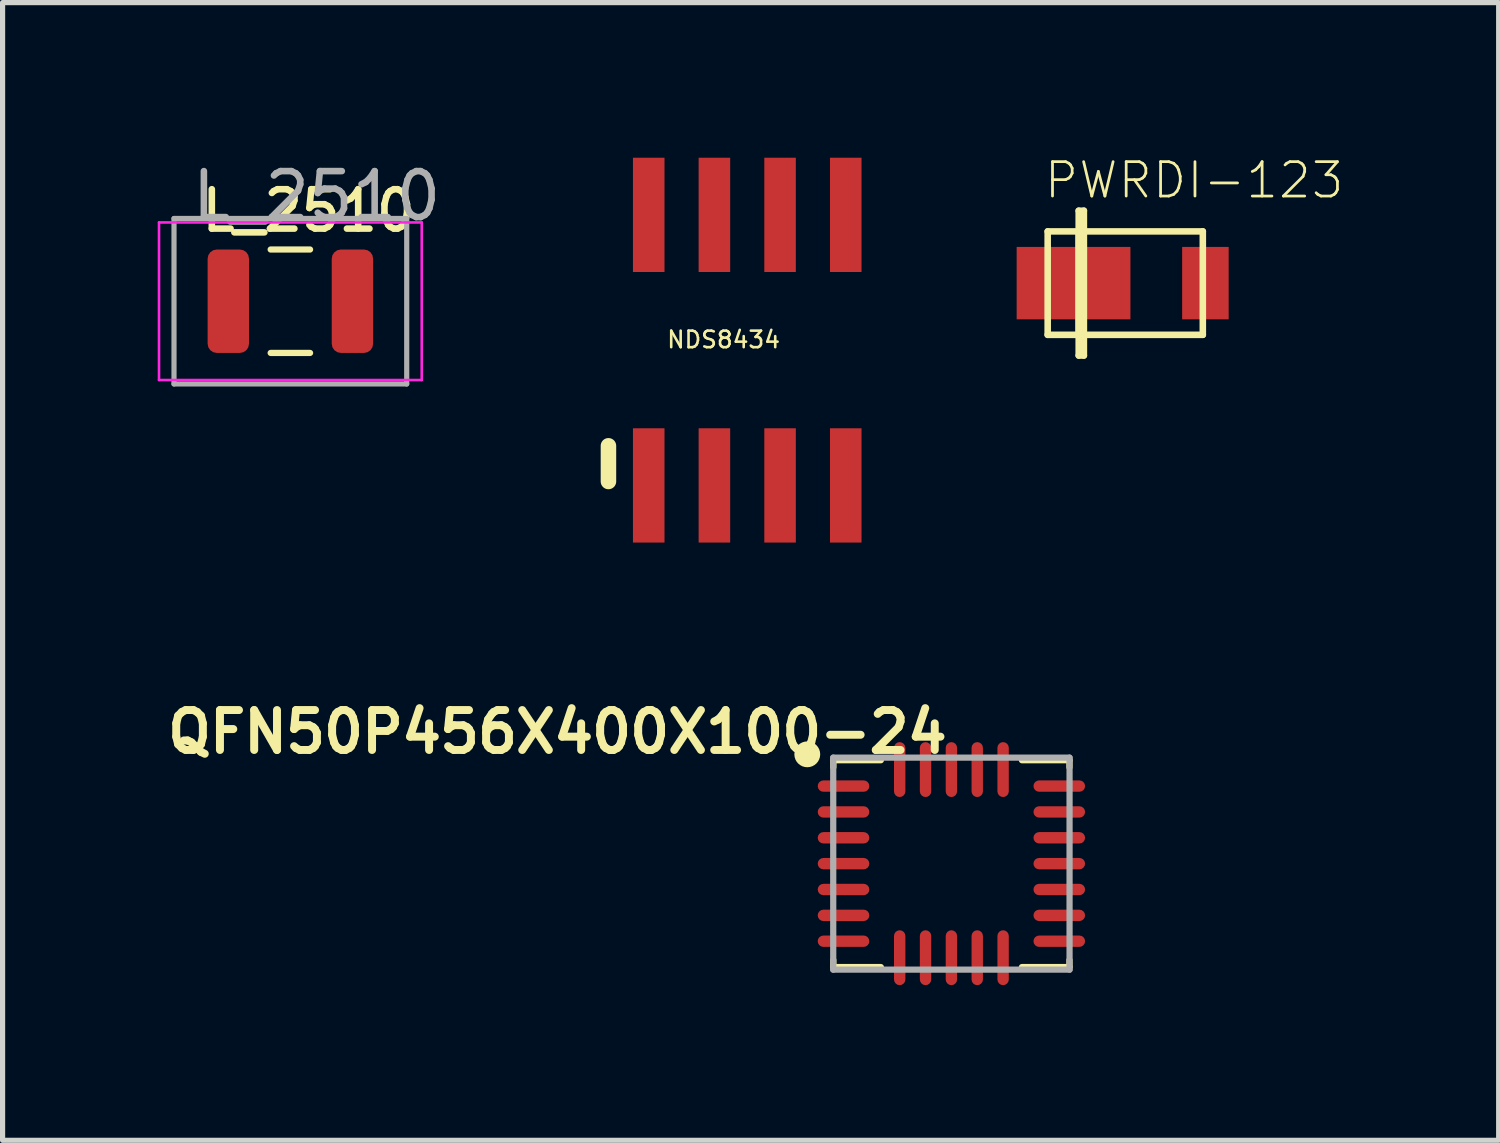
<source format=kicad_pcb>
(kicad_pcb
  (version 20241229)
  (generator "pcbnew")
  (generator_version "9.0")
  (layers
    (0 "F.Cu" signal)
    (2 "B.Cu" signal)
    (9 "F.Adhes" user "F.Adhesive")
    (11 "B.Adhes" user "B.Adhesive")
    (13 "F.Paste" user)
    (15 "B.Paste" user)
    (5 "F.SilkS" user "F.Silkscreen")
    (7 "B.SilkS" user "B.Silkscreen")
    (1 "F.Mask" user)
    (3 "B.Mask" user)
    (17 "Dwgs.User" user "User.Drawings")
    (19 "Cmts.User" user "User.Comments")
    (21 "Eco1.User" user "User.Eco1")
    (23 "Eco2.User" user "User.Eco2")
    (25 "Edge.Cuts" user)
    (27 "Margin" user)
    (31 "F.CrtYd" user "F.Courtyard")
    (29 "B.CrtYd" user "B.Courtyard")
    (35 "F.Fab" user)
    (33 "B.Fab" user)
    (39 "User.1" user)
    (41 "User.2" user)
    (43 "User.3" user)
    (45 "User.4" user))
  (footprint "QFN50P456X400X100-24"
    (layer "F.Cu")
    (at 15.348 13.651)
    (property "Reference" "QFN50P456X400X100-24" (at 0 -2.999 180) (layer "F.SilkS") (effects (font (size 0.772 0.772) (thickness 0.154)) (justify right top)))
    (attr through_hole)
    (fp_line (start -2.283 -2) (end -1.364 -2) (stroke (width 0.12) (type solid)) (layer "F.SilkS"))
    (fp_line (start -2.283 -1.864) (end -2.283 -2) (stroke (width 0.12) (type solid)) (layer "F.SilkS"))
    (fp_line (start -2.283 1.864) (end -2.283 2) (stroke (width 0.12) (type solid)) (layer "F.SilkS"))
    (fp_line (start -2.283 2) (end -1.364 2) (stroke (width 0.12) (type solid)) (layer "F.SilkS"))
    (fp_line (start 2.283 -2) (end 1.364 -2) (stroke (width 0.12) (type solid)) (layer "F.SilkS"))
    (fp_line (start 2.283 -1.864) (end 2.283 -2) (stroke (width 0.12) (type solid)) (layer "F.SilkS"))
    (fp_line (start 2.283 1.864) (end 2.283 2) (stroke (width 0.12) (type solid)) (layer "F.SilkS"))
    (fp_line (start 2.283 2) (end 1.364 2) (stroke (width 0.12) (type solid)) (layer "F.SilkS"))
    (fp_circle (center -2.787 -2.114) (end -2.662 -2.114) (stroke (width 0.25) (type solid)) (fill no) (layer "F.SilkS"))
    (fp_line (start -2.285 -2.05) (end 2.285 -2.05) (stroke (width 0.12) (type solid)) (layer "F.Fab"))
    (fp_line (start -2.285 2.05) (end -2.285 -2.05) (stroke (width 0.12) (type solid)) (layer "F.Fab"))
    (fp_line (start 2.285 -2.05) (end 2.285 2.05) (stroke (width 0.12) (type solid)) (layer "F.Fab"))
    (fp_line (start 2.285 2.05) (end -2.285 2.05) (stroke (width 0.12) (type solid)) (layer "F.Fab"))
    (pad "1" smd roundrect (at -2.086 -1.5) (size 0.998 0.22) (layers "F.Cu" "F.Mask" "F.Paste") (roundrect_rratio 0.5))
    (pad "2" smd roundrect (at -2.086 -1) (size 0.998 0.22) (layers "F.Cu" "F.Mask" "F.Paste") (roundrect_rratio 0.5))
    (pad "3" smd roundrect (at -2.086 -0.5) (size 0.998 0.22) (layers "F.Cu" "F.Mask" "F.Paste") (roundrect_rratio 0.5))
    (pad "4" smd roundrect (at -2.086 0) (size 0.998 0.22) (layers "F.Cu" "F.Mask" "F.Paste") (roundrect_rratio 0.5))
    (pad "5" smd roundrect (at -2.086 0.5) (size 0.998 0.22) (layers "F.Cu" "F.Mask" "F.Paste") (roundrect_rratio 0.5))
    (pad "6" smd roundrect (at -2.086 1) (size 0.998 0.22) (layers "F.Cu" "F.Mask" "F.Paste") (roundrect_rratio 0.5))
    (pad "7" smd roundrect (at -2.086 1.5) (size 0.998 0.22) (layers "F.Cu" "F.Mask" "F.Paste") (roundrect_rratio 0.5))
    (pad "8" smd roundrect (at -1 1.819 90) (size 1.062 0.22) (layers "F.Cu" "F.Mask" "F.Paste") (roundrect_rratio 0.5))
    (pad "9" smd roundrect (at -0.5 1.819 90) (size 1.062 0.22) (layers "F.Cu" "F.Mask" "F.Paste") (roundrect_rratio 0.5))
    (pad "10" smd roundrect (at 0 1.819 90) (size 1.062 0.22) (layers "F.Cu" "F.Mask" "F.Paste") (roundrect_rratio 0.5))
    (pad "11" smd roundrect (at 0.5 1.819 90) (size 1.062 0.22) (layers "F.Cu" "F.Mask" "F.Paste") (roundrect_rratio 0.5))
    (pad "12" smd roundrect (at 1 1.819 90) (size 1.062 0.22) (layers "F.Cu" "F.Mask" "F.Paste") (roundrect_rratio 0.5))
    (pad "13" smd roundrect (at 2.086 1.5) (size 0.998 0.22) (layers "F.Cu" "F.Mask" "F.Paste") (roundrect_rratio 0.5))
    (pad "14" smd roundrect (at 2.086 1) (size 0.998 0.22) (layers "F.Cu" "F.Mask" "F.Paste") (roundrect_rratio 0.5))
    (pad "15" smd roundrect (at 2.086 0.5) (size 0.998 0.22) (layers "F.Cu" "F.Mask" "F.Paste") (roundrect_rratio 0.5))
    (pad "16" smd roundrect (at 2.086 0) (size 0.998 0.22) (layers "F.Cu" "F.Mask" "F.Paste") (roundrect_rratio 0.5))
    (pad "17" smd roundrect (at 2.086 -0.5) (size 0.998 0.22) (layers "F.Cu" "F.Mask" "F.Paste") (roundrect_rratio 0.5))
    (pad "18" smd roundrect (at 2.086 -1) (size 0.998 0.22) (layers "F.Cu" "F.Mask" "F.Paste") (roundrect_rratio 0.5))
    (pad "19" smd roundrect (at 2.086 -1.5) (size 0.998 0.22) (layers "F.Cu" "F.Mask" "F.Paste") (roundrect_rratio 0.5))
    (pad "20" smd roundrect (at 1 -1.819 90) (size 1.062 0.22) (layers "F.Cu" "F.Mask" "F.Paste") (roundrect_rratio 0.5))
    (pad "21" smd roundrect (at 0.5 -1.819 90) (size 1.062 0.22) (layers "F.Cu" "F.Mask" "F.Paste") (roundrect_rratio 0.5))
    (pad "22" smd roundrect (at 0 -1.819 90) (size 1.062 0.22) (layers "F.Cu" "F.Mask" "F.Paste") (roundrect_rratio 0.5))
    (pad "23" smd roundrect (at -0.5 -1.819 90) (size 1.062 0.22) (layers "F.Cu" "F.Mask" "F.Paste") (roundrect_rratio 0.5))
    (pad "24" smd roundrect (at -1 -1.819 90) (size 1.062 0.22) (layers "F.Cu" "F.Mask" "F.Paste") (roundrect_rratio 0.5)))
  (footprint "NDS8434"
    (layer "F.Cu")
    (at 11.4 3.721)
    (property "Reference" "NDS8434" (at -0.457 -0.203 0) (layer "F.SilkS") (effects (font (size 0.32 0.32) (thickness 0.05))))
    (attr smd)
    (fp_line (start -2.684 1.85) (end -2.684 2.54) (stroke (width 0.3) (type solid)) (layer "F.SilkS"))
    (fp_poly (pts (xy -2.087 1.854) (xy -1.727 1.854) (xy -1.727 2.876) (xy -2.087 2.876)) (stroke (width 0.1) (type solid)) (fill no) (layer "Eco2.User"))
    (fp_poly (pts (xy -2.084 -2.87) (xy -1.727 -2.87) (xy -1.727 -1.855) (xy -2.084 -1.855)) (stroke (width 0.1) (type solid)) (fill no) (layer "Eco2.User"))
    (fp_poly (pts (xy -0.813 -2.87) (xy -0.457 -2.87) (xy -0.457 -1.855) (xy -0.813 -1.855)) (stroke (width 0.1) (type solid)) (fill no) (layer "Eco2.User"))
    (fp_poly (pts (xy -0.813 1.854) (xy -0.457 1.854) (xy -0.457 2.872) (xy -0.813 2.872)) (stroke (width 0.1) (type solid)) (fill no) (layer "Eco2.User"))
    (fp_poly (pts (xy 0.457 -2.87) (xy 0.813 -2.87) (xy 0.813 -1.855) (xy 0.457 -1.855)) (stroke (width 0.1) (type solid)) (fill no) (layer "Eco2.User"))
    (fp_poly (pts (xy 0.458 1.854) (xy 0.813 1.854) (xy 0.813 2.872) (xy 0.458 2.872)) (stroke (width 0.1) (type solid)) (fill no) (layer "Eco2.User"))
    (fp_poly (pts (xy 1.728 1.854) (xy 2.083 1.854) (xy 2.083 2.871) (xy 1.728 2.871)) (stroke (width 0.1) (type solid)) (fill no) (layer "Eco2.User"))
    (fp_poly (pts (xy 1.73 -2.87) (xy 2.083 -2.87) (xy 2.083 -1.857) (xy 1.73 -1.857)) (stroke (width 0.1) (type solid)) (fill no) (layer "Eco2.User"))
    (pad "1" smd rect (at -1.905 2.616) (size 0.61 2.21) (layers "F.Cu" "F.Mask" "F.Paste"))
    (pad "2" smd rect (at -0.635 2.616) (size 0.61 2.21) (layers "F.Cu" "F.Mask" "F.Paste"))
    (pad "3" smd rect (at 0.635 2.616) (size 0.61 2.21) (layers "F.Cu" "F.Mask" "F.Paste"))
    (pad "4" smd rect (at 1.905 2.616) (size 0.61 2.21) (layers "F.Cu" "F.Mask" "F.Paste"))
    (pad "5" smd rect (at 1.905 -2.616) (size 0.61 2.21) (layers "F.Cu" "F.Mask" "F.Paste"))
    (pad "6" smd rect (at 0.635 -2.616) (size 0.61 2.21) (layers "F.Cu" "F.Mask" "F.Paste"))
    (pad "7" smd rect (at -0.635 -2.616) (size 0.61 2.21) (layers "F.Cu" "F.Mask" "F.Paste"))
    (pad "8" smd rect (at -1.905 -2.616) (size 0.61 2.21) (layers "F.Cu" "F.Mask" "F.Paste")))
  (footprint "L_2510"
    (layer "F.Cu")
    (at 2.565 2.775)
    (property "Reference" "L_2510" (at 0.35 -1.75 180) (layer "F.SilkS") (effects (font (size 0.762 0.762) (thickness 0.127))))
    (attr smd)
    (fp_line (start -0.381 -1) (end 0.381 -1) (stroke (width 0.12) (type solid)) (layer "F.SilkS"))
    (fp_line (start -0.381 1) (end 0.381 1) (stroke (width 0.12) (type solid)) (layer "F.SilkS"))
    (fp_line (start -2.54 -1.524) (end 2.54 -1.524) (stroke (width 0.05) (type solid)) (layer "F.CrtYd"))
    (fp_line (start -2.54 1.524) (end -2.54 -1.524) (stroke (width 0.05) (type solid)) (layer "F.CrtYd"))
    (fp_line (start 2.54 1.524) (end -2.54 1.524) (stroke (width 0.05) (type solid)) (layer "F.CrtYd"))
    (fp_line (start 2.54 1.524) (end 2.54 -1.524) (stroke (width 0.05) (type solid)) (layer "F.CrtYd"))
    (fp_line (start -2.25 -1.6) (end 2.25 -1.6) (stroke (width 0.1) (type solid)) (layer "F.Fab"))
    (fp_line (start -2.25 1.6) (end -2.25 -1.6) (stroke (width 0.1) (type solid)) (layer "F.Fab"))
    (fp_line (start 2.25 -1.6) (end 2.25 1.6) (stroke (width 0.1) (type solid)) (layer "F.Fab"))
    (fp_line (start 2.25 1.6) (end -2.25 1.6) (stroke (width 0.1) (type solid)) (layer "F.Fab"))
    (fp_text user "${REFERENCE}" (at 0.508 -2.032 0) (layer "F.Fab") (effects (font (size 0.889 0.889) (thickness 0.127))))
    (pad "1" smd roundrect (at -1.2 0) (size 0.8 2) (layers "F.Cu" "F.Mask" "F.Paste") (roundrect_rratio 0.222))
    (pad "2" smd roundrect (at 1.2 0) (size 0.8 2) (layers "F.Cu" "F.Mask" "F.Paste") (roundrect_rratio 0.222)))
  (footprint "PWRDI-123"
    (layer "F.Cu")
    (at 18.81 2.425)
    (property "Reference" "PWRDI-123" (at -1.7 -1.6 0) (layer "F.SilkS") (effects (font (size 0.665 0.665) (thickness 0.053)) (justify left bottom)))
    (attr through_hole)
    (fp_line (start -1.6 -1) (end -1 -1) (stroke (width 0.127) (type solid)) (layer "F.SilkS"))
    (fp_line (start -1.6 1) (end -1.6 -1) (stroke (width 0.127) (type solid)) (layer "F.SilkS"))
    (fp_line (start -1 -1.4) (end -1 1.4) (stroke (width 0.127) (type solid)) (layer "F.SilkS"))
    (fp_line (start -1 -1) (end -1 1) (stroke (width 0.127) (type solid)) (layer "F.SilkS"))
    (fp_line (start -1 -1) (end -0.9 -1) (stroke (width 0.127) (type solid)) (layer "F.SilkS"))
    (fp_line (start -1 1) (end -1.6 1) (stroke (width 0.127) (type solid)) (layer "F.SilkS"))
    (fp_line (start -1 1) (end -0.9 1) (stroke (width 0.127) (type solid)) (layer "F.SilkS"))
    (fp_line (start -1 1.4) (end -0.9 1.4) (stroke (width 0.127) (type solid)) (layer "F.SilkS"))
    (fp_line (start -0.9 -1.4) (end -1 -1.4) (stroke (width 0.127) (type solid)) (layer "F.SilkS"))
    (fp_line (start -0.9 -1) (end -0.9 -1.4) (stroke (width 0.127) (type solid)) (layer "F.SilkS"))
    (fp_line (start -0.9 -1) (end 1.4 -1) (stroke (width 0.127) (type solid)) (layer "F.SilkS"))
    (fp_line (start -0.9 1) (end -0.9 -1) (stroke (width 0.127) (type solid)) (layer "F.SilkS"))
    (fp_line (start -0.9 1.4) (end -0.9 1) (stroke (width 0.127) (type solid)) (layer "F.SilkS"))
    (fp_line (start 1.4 -1) (end 1.4 1) (stroke (width 0.127) (type solid)) (layer "F.SilkS"))
    (fp_line (start 1.4 1) (end -0.9 1) (stroke (width 0.127) (type solid)) (layer "F.SilkS"))
    (pad "A" smd rect (at 1.45 0) (size 0.9 1.4) (layers "F.Cu" "F.Mask" "F.Paste"))
    (pad "C" smd rect (at -1.1 0) (size 2.2 1.4) (layers "F.Cu" "F.Mask" "F.Paste")))
  (gr_rect
    (start -3 -3)
    (end 25.931 19.001)
    (stroke (width 0.1) (type default))
    (fill no)
    (layer "Edge.Cuts")))
</source>
